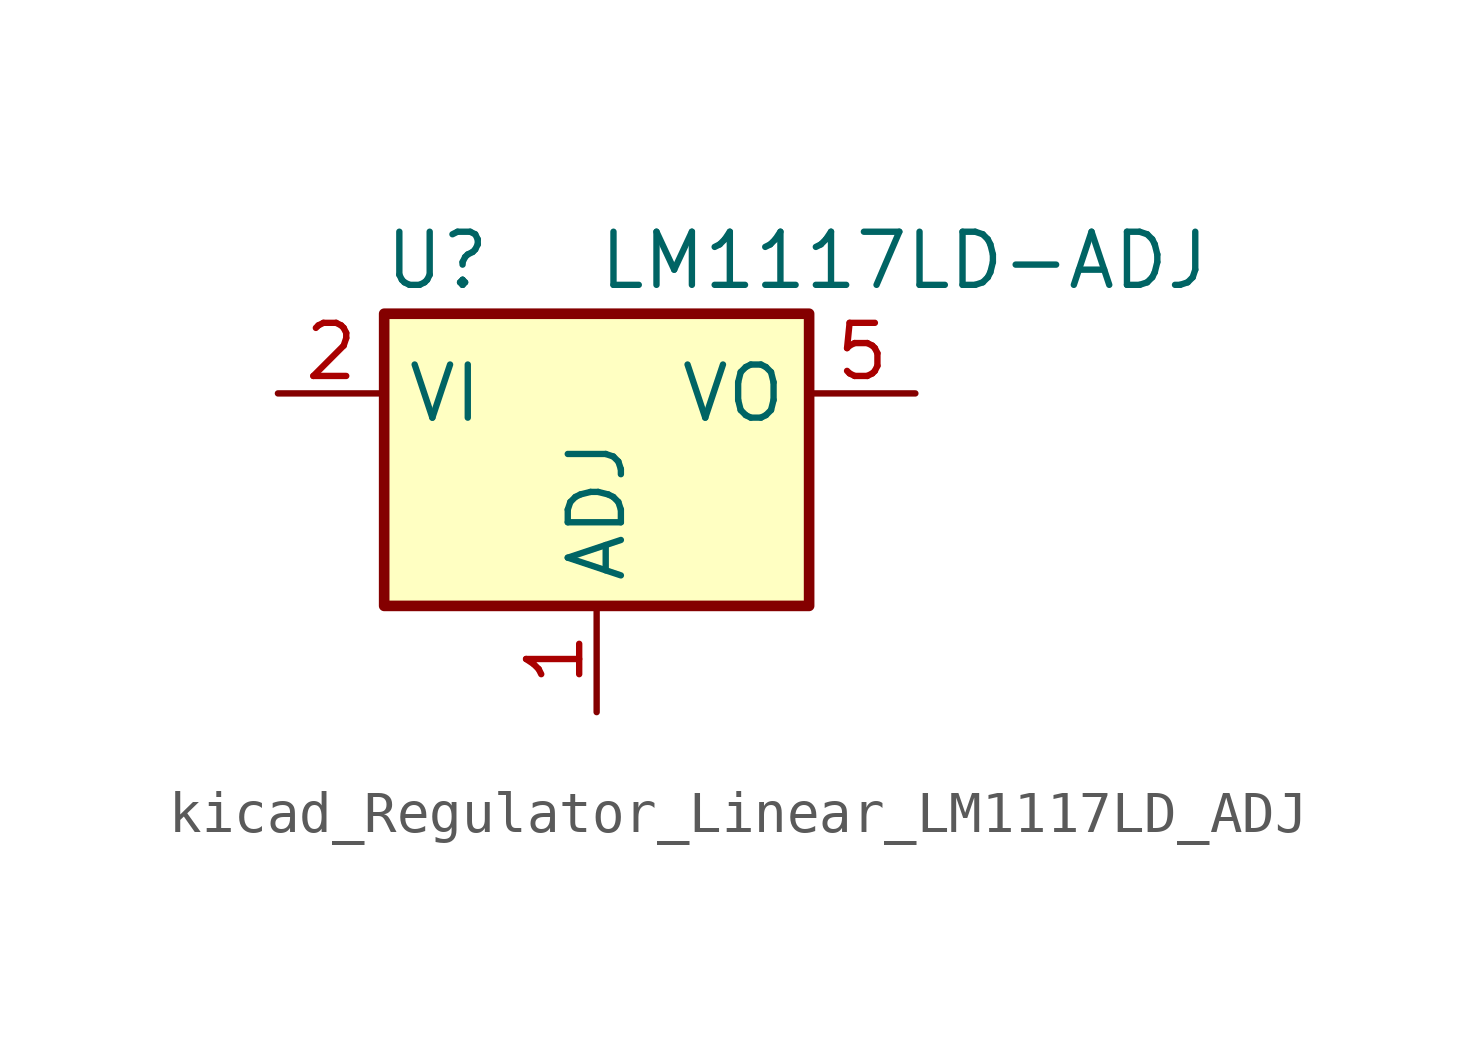
<source format=kicad_sym>
(kicad_symbol_lib
  (version 20220914)
  (generator kicad_symbol_editor)
  (symbol "kicad_Regulator_Linear_LM1117LD_ADJ"
    (property "Reference" "U"
      (at -3.81 3.175 0)
      (effects (font (size 1.27 1.27))))
    (property "Value" "LM1117LD-ADJ"
      (at 0 3.175 0)
      (effects (font (size 1.27 1.27)) (justify left)))
    (symbol "kicad_Regulator_Linear_LM1117LD_ADJ_0_1"
      (rectangle (start -5.08 -5.08) (end 5.08 1.905) (stroke (width 0.254) (type default)) (fill (type background))))
    (symbol "kicad_Regulator_Linear_LM1117LD_ADJ_1_1"
      (pin input line (at 0 -7.62 90) (length 2.54) (name "ADJ" (effects (font (size 1.27 1.27)))) (number "1" (effects (font (size 1.27 1.27)))))
      (pin power_in line (at -7.62 0 0) (length 2.54) (name "VI" (effects (font (size 1.27 1.27)))) (number "2" (effects (font (size 1.27 1.27)))))
      (pin passive line (at -7.62 0 0) (length 2.54) hide (name "VI" (effects (font (size 1.27 1.27)))) (number "3" (effects (font (size 1.27 1.27)))))
      (pin passive line (at -7.62 0 0) (length 2.54) hide (name "VI" (effects (font (size 1.27 1.27)))) (number "4" (effects (font (size 1.27 1.27)))))
      (pin power_out line (at 7.62 0 180) (length 2.54) (name "VO" (effects (font (size 1.27 1.27)))) (number "5" (effects (font (size 1.27 1.27)))))
      (pin passive line (at 7.62 0 180) (length 2.54) hide (name "VO" (effects (font (size 1.27 1.27)))) (number "6" (effects (font (size 1.27 1.27)))))
      (pin passive line (at 7.62 0 180) (length 2.54) hide (name "VO" (effects (font (size 1.27 1.27)))) (number "7" (effects (font (size 1.27 1.27)))))
      (pin no_connect line (at 5.08 -2.54 180) (length 2.54) hide (name "NC" (effects (font (size 1.27 1.27)))) (number "8" (effects (font (size 1.27 1.27)))))
      (pin passive line (at 7.62 0 180) (length 2.54) hide (name "VO" (effects (font (size 1.27 1.27)))) (number "9" (effects (font (size 1.27 1.27))))))))
</source>
